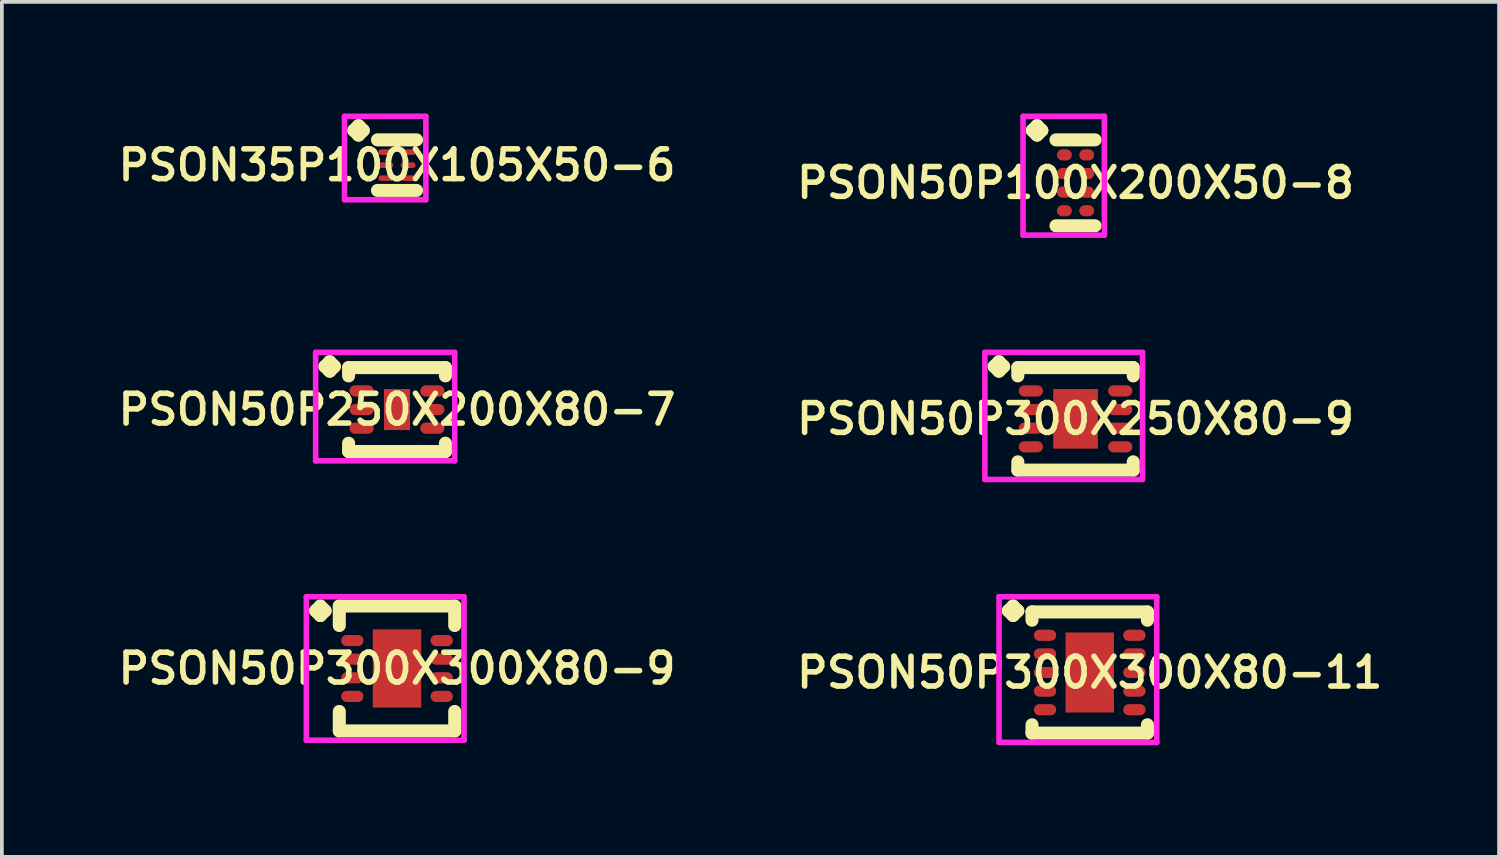
<source format=kicad_pcb>
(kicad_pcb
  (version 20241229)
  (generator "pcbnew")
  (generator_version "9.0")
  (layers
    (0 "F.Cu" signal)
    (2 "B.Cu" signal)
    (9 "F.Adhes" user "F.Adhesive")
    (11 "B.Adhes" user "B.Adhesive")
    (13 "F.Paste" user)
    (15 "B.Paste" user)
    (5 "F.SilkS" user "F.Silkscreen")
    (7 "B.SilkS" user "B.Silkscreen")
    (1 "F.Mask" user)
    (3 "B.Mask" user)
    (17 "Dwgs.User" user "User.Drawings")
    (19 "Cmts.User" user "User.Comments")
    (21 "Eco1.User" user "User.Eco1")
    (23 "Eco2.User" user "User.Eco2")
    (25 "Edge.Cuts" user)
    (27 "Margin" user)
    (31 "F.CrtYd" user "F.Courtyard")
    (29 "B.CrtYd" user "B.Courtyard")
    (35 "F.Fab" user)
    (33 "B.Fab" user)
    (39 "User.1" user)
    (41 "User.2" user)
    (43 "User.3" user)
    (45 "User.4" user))
  (footprint "PSON50P300X300X80-11"
    (layer "F.Cu")
    (at 26.216 15.011)
    (property "Reference" "PSON50P300X300X80-11" (at 0 0 0) (layer "F.SilkS") (effects (font (size 0.8 0.8) (thickness 0.15))))
    (attr smd)
    (fp_line (start -2.185 -1.658) (end -2.058 -1.785) (stroke (width 0.35) (type solid)) (layer "F.SilkS"))
    (fp_line (start -2.058 -1.785) (end -1.931 -1.658) (stroke (width 0.35) (type solid)) (layer "F.SilkS"))
    (fp_line (start -2.058 -1.531) (end -2.185 -1.658) (stroke (width 0.35) (type solid)) (layer "F.SilkS"))
    (fp_line (start -1.931 -1.658) (end -2.058 -1.531) (stroke (width 0.35) (type solid)) (layer "F.SilkS"))
    (fp_line (start -1.55 -1.627) (end 1.55 -1.627) (stroke (width 0.35) (type solid)) (layer "F.SilkS"))
    (fp_line (start -1.55 -1.404) (end -1.55 -1.627) (stroke (width 0.35) (type solid)) (layer "F.SilkS"))
    (fp_line (start -1.55 1.404) (end -1.55 1.627) (stroke (width 0.35) (type solid)) (layer "F.SilkS"))
    (fp_line (start -1.55 1.627) (end 1.55 1.627) (stroke (width 0.35) (type solid)) (layer "F.SilkS"))
    (fp_line (start 1.55 -1.627) (end 1.55 -1.404) (stroke (width 0.35) (type solid)) (layer "F.SilkS"))
    (fp_line (start 1.55 1.627) (end 1.55 1.404) (stroke (width 0.35) (type solid)) (layer "F.SilkS"))
    (fp_line (start -2.435 -2.035) (end 1.8 -2.035) (stroke (width 0.15) (type solid)) (layer "F.CrtYd"))
    (fp_line (start -2.435 1.877) (end -2.435 -2.035) (stroke (width 0.15) (type solid)) (layer "F.CrtYd"))
    (fp_line (start 1.8 -2.035) (end 1.8 1.877) (stroke (width 0.15) (type solid)) (layer "F.CrtYd"))
    (fp_line (start 1.8 1.877) (end -2.435 1.877) (stroke (width 0.15) (type solid)) (layer "F.CrtYd"))
    (pad "1" smd oval (at -1.2 -1) (size 0.6 0.3) (layers "F.Cu" "F.Mask" "F.Paste"))
    (pad "2" smd oval (at -1.2 -0.5) (size 0.6 0.3) (layers "F.Cu" "F.Mask" "F.Paste"))
    (pad "3" smd oval (at -1.2 0) (size 0.6 0.3) (layers "F.Cu" "F.Mask" "F.Paste"))
    (pad "4" smd oval (at -1.2 0.5) (size 0.6 0.3) (layers "F.Cu" "F.Mask" "F.Paste"))
    (pad "5" smd oval (at -1.2 1) (size 0.6 0.3) (layers "F.Cu" "F.Mask" "F.Paste"))
    (pad "6" smd oval (at 1.2 1) (size 0.6 0.3) (layers "F.Cu" "F.Mask" "F.Paste"))
    (pad "7" smd oval (at 1.2 0.5) (size 0.6 0.3) (layers "F.Cu" "F.Mask" "F.Paste"))
    (pad "8" smd oval (at 1.2 0) (size 0.6 0.3) (layers "F.Cu" "F.Mask" "F.Paste"))
    (pad "9" smd oval (at 1.2 -0.5) (size 0.6 0.3) (layers "F.Cu" "F.Mask" "F.Paste"))
    (pad "10" smd oval (at 1.2 -1) (size 0.6 0.3) (layers "F.Cu" "F.Mask" "F.Paste"))
    (pad "11" smd rect (at 0 0) (size 1.3 2.15) (layers "F.Cu" "F.Mask" "F.Paste")))
  (footprint "PSON50P300X250X80-9"
    (layer "F.Cu")
    (at 25.835 8.199)
    (property "Reference" "PSON50P300X250X80-9" (at 0 0 0) (layer "F.SilkS") (effects (font (size 0.8 0.8) (thickness 0.15))))
    (attr smd)
    (fp_line (start -2.185 -1.408) (end -2.058 -1.535) (stroke (width 0.35) (type solid)) (layer "F.SilkS"))
    (fp_line (start -2.058 -1.535) (end -1.931 -1.408) (stroke (width 0.35) (type solid)) (layer "F.SilkS"))
    (fp_line (start -2.058 -1.281) (end -2.185 -1.408) (stroke (width 0.35) (type solid)) (layer "F.SilkS"))
    (fp_line (start -1.931 -1.408) (end -2.058 -1.281) (stroke (width 0.35) (type solid)) (layer "F.SilkS"))
    (fp_line (start -1.55 -1.377) (end 1.55 -1.377) (stroke (width 0.35) (type solid)) (layer "F.SilkS"))
    (fp_line (start -1.55 -1.154) (end -1.55 -1.377) (stroke (width 0.35) (type solid)) (layer "F.SilkS"))
    (fp_line (start -1.55 1.154) (end -1.55 1.377) (stroke (width 0.35) (type solid)) (layer "F.SilkS"))
    (fp_line (start -1.55 1.377) (end 1.55 1.377) (stroke (width 0.35) (type solid)) (layer "F.SilkS"))
    (fp_line (start 1.55 -1.377) (end 1.55 -1.154) (stroke (width 0.35) (type solid)) (layer "F.SilkS"))
    (fp_line (start 1.55 1.377) (end 1.55 1.154) (stroke (width 0.35) (type solid)) (layer "F.SilkS"))
    (fp_line (start -2.435 -1.785) (end 1.8 -1.785) (stroke (width 0.15) (type solid)) (layer "F.CrtYd"))
    (fp_line (start -2.435 1.627) (end -2.435 -1.785) (stroke (width 0.15) (type solid)) (layer "F.CrtYd"))
    (fp_line (start 1.8 -1.785) (end 1.8 1.627) (stroke (width 0.15) (type solid)) (layer "F.CrtYd"))
    (fp_line (start 1.8 1.627) (end -2.435 1.627) (stroke (width 0.15) (type solid)) (layer "F.CrtYd"))
    (pad "1" smd oval (at -1.2 -0.75) (size 0.65 0.3) (layers "F.Cu" "F.Mask" "F.Paste"))
    (pad "2" smd oval (at -1.2 -0.25) (size 0.65 0.3) (layers "F.Cu" "F.Mask" "F.Paste"))
    (pad "3" smd oval (at -1.2 0.25) (size 0.65 0.3) (layers "F.Cu" "F.Mask" "F.Paste"))
    (pad "4" smd oval (at -1.2 0.75) (size 0.65 0.3) (layers "F.Cu" "F.Mask" "F.Paste"))
    (pad "5" smd oval (at 1.2 0.75) (size 0.65 0.3) (layers "F.Cu" "F.Mask" "F.Paste"))
    (pad "6" smd oval (at 1.2 0.25) (size 0.65 0.3) (layers "F.Cu" "F.Mask" "F.Paste"))
    (pad "7" smd oval (at 1.2 -0.25) (size 0.65 0.3) (layers "F.Cu" "F.Mask" "F.Paste"))
    (pad "8" smd oval (at 1.2 -0.75) (size 0.65 0.3) (layers "F.Cu" "F.Mask" "F.Paste"))
    (pad "9" smd rect (at 0 0) (size 1.2 1.6) (layers "F.Cu" "F.Mask" "F.Paste")))
  (footprint "PSON50P100X200X50-8"
    (layer "F.Cu")
    (at 25.835 1.86)
    (property "Reference" "PSON50P100X200X50-8" (at 0 0 0) (layer "F.SilkS") (effects (font (size 0.8 0.8) (thickness 0.15))))
    (attr smd)
    (fp_line (start -1.16 -1.408) (end -1.033 -1.535) (stroke (width 0.35) (type solid)) (layer "F.SilkS"))
    (fp_line (start -1.033 -1.535) (end -0.906 -1.408) (stroke (width 0.35) (type solid)) (layer "F.SilkS"))
    (fp_line (start -1.033 -1.281) (end -1.16 -1.408) (stroke (width 0.35) (type solid)) (layer "F.SilkS"))
    (fp_line (start -0.906 -1.408) (end -1.033 -1.281) (stroke (width 0.35) (type solid)) (layer "F.SilkS"))
    (fp_line (start -0.525 -1.154) (end 0.525 -1.154) (stroke (width 0.35) (type solid)) (layer "F.SilkS"))
    (fp_line (start -0.525 1.154) (end 0.525 1.154) (stroke (width 0.35) (type solid)) (layer "F.SilkS"))
    (fp_line (start -1.41 -1.785) (end 0.775 -1.785) (stroke (width 0.15) (type solid)) (layer "F.CrtYd"))
    (fp_line (start -1.41 1.404) (end -1.41 -1.785) (stroke (width 0.15) (type solid)) (layer "F.CrtYd"))
    (fp_line (start 0.775 -1.785) (end 0.775 1.404) (stroke (width 0.15) (type solid)) (layer "F.CrtYd"))
    (fp_line (start 0.775 1.404) (end -1.41 1.404) (stroke (width 0.15) (type solid)) (layer "F.CrtYd"))
    (pad "1" smd oval (at -0.3 -0.75) (size 0.4 0.3) (layers "F.Cu" "F.Mask" "F.Paste"))
    (pad "2" smd oval (at -0.3 -0.25) (size 0.4 0.3) (layers "F.Cu" "F.Mask" "F.Paste"))
    (pad "3" smd oval (at -0.3 0.25) (size 0.4 0.3) (layers "F.Cu" "F.Mask" "F.Paste"))
    (pad "4" smd oval (at -0.3 0.75) (size 0.4 0.3) (layers "F.Cu" "F.Mask" "F.Paste"))
    (pad "5" smd oval (at 0.3 0.75) (size 0.4 0.3) (layers "F.Cu" "F.Mask" "F.Paste"))
    (pad "6" smd oval (at 0.3 0.25) (size 0.4 0.3) (layers "F.Cu" "F.Mask" "F.Paste"))
    (pad "7" smd oval (at 0.3 -0.25) (size 0.4 0.3) (layers "F.Cu" "F.Mask" "F.Paste"))
    (pad "8" smd oval (at 0.3 -0.75) (size 0.4 0.3) (layers "F.Cu" "F.Mask" "F.Paste")))
  (footprint "PSON50P300X300X80-9"
    (layer "F.Cu")
    (at 7.612 14.903)
    (property "Reference" "PSON50P300X300X80-9" (at 0 0 0) (layer "F.SilkS") (effects (font (size 0.8 0.8) (thickness 0.15))))
    (attr smd)
    (fp_line (start -2.185 -1.55) (end -2.058 -1.677) (stroke (width 0.35) (type solid)) (layer "F.SilkS"))
    (fp_line (start -2.058 -1.677) (end -1.931 -1.55) (stroke (width 0.35) (type solid)) (layer "F.SilkS"))
    (fp_line (start -2.058 -1.423) (end -2.185 -1.55) (stroke (width 0.35) (type solid)) (layer "F.SilkS"))
    (fp_line (start -1.931 -1.55) (end -2.058 -1.423) (stroke (width 0.35) (type solid)) (layer "F.SilkS"))
    (fp_line (start -1.55 -1.677) (end 1.55 -1.677) (stroke (width 0.35) (type solid)) (layer "F.SilkS"))
    (fp_line (start -1.55 -1.154) (end -1.55 -1.677) (stroke (width 0.35) (type solid)) (layer "F.SilkS"))
    (fp_line (start -1.55 1.154) (end -1.55 1.677) (stroke (width 0.35) (type solid)) (layer "F.SilkS"))
    (fp_line (start -1.55 1.677) (end 1.55 1.677) (stroke (width 0.35) (type solid)) (layer "F.SilkS"))
    (fp_line (start 1.55 -1.677) (end 1.55 -1.154) (stroke (width 0.35) (type solid)) (layer "F.SilkS"))
    (fp_line (start 1.55 1.677) (end 1.55 1.154) (stroke (width 0.35) (type solid)) (layer "F.SilkS"))
    (fp_line (start -2.435 -1.927) (end 1.8 -1.927) (stroke (width 0.15) (type solid)) (layer "F.CrtYd"))
    (fp_line (start -2.435 1.927) (end -2.435 -1.927) (stroke (width 0.15) (type solid)) (layer "F.CrtYd"))
    (fp_line (start 1.8 -1.927) (end 1.8 1.927) (stroke (width 0.15) (type solid)) (layer "F.CrtYd"))
    (fp_line (start 1.8 1.927) (end -2.435 1.927) (stroke (width 0.15) (type solid)) (layer "F.CrtYd"))
    (pad "1" smd oval (at -1.2 -0.75) (size 0.6 0.3) (layers "F.Cu" "F.Mask" "F.Paste"))
    (pad "2" smd oval (at -1.2 -0.25) (size 0.6 0.3) (layers "F.Cu" "F.Mask" "F.Paste"))
    (pad "3" smd oval (at -1.2 0.25) (size 0.6 0.3) (layers "F.Cu" "F.Mask" "F.Paste"))
    (pad "4" smd oval (at -1.2 0.75) (size 0.6 0.3) (layers "F.Cu" "F.Mask" "F.Paste"))
    (pad "5" smd oval (at 1.2 0.75) (size 0.6 0.3) (layers "F.Cu" "F.Mask" "F.Paste"))
    (pad "6" smd oval (at 1.2 0.25) (size 0.6 0.3) (layers "F.Cu" "F.Mask" "F.Paste"))
    (pad "7" smd oval (at 1.2 -0.25) (size 0.6 0.3) (layers "F.Cu" "F.Mask" "F.Paste"))
    (pad "8" smd oval (at 1.2 -0.75) (size 0.6 0.3) (layers "F.Cu" "F.Mask" "F.Paste"))
    (pad "9" smd rect (at 0 0) (size 1.3 2.1) (layers "F.Cu" "F.Mask" "F.Paste")))
  (footprint "PSON50P250X200X80-7"
    (layer "F.Cu")
    (at 7.612 7.949)
    (property "Reference" "PSON50P250X200X80-7" (at 0 0 0) (layer "F.SilkS") (effects (font (size 0.8 0.8) (thickness 0.15))))
    (attr through_hole)
    (fp_line (start -1.935 -1.158) (end -1.808 -1.285) (stroke (width 0.35) (type solid)) (layer "F.SilkS"))
    (fp_line (start -1.808 -1.285) (end -1.681 -1.158) (stroke (width 0.35) (type solid)) (layer "F.SilkS"))
    (fp_line (start -1.808 -1.031) (end -1.935 -1.158) (stroke (width 0.35) (type solid)) (layer "F.SilkS"))
    (fp_line (start -1.681 -1.158) (end -1.808 -1.031) (stroke (width 0.35) (type solid)) (layer "F.SilkS"))
    (fp_line (start -1.3 -1.127) (end 1.3 -1.127) (stroke (width 0.35) (type solid)) (layer "F.SilkS"))
    (fp_line (start -1.3 -0.904) (end -1.3 -1.127) (stroke (width 0.35) (type solid)) (layer "F.SilkS"))
    (fp_line (start -1.3 0.904) (end -1.3 1.127) (stroke (width 0.35) (type solid)) (layer "F.SilkS"))
    (fp_line (start -1.3 1.127) (end 1.3 1.127) (stroke (width 0.35) (type solid)) (layer "F.SilkS"))
    (fp_line (start 1.3 -1.127) (end 1.3 -0.904) (stroke (width 0.35) (type solid)) (layer "F.SilkS"))
    (fp_line (start 1.3 1.127) (end 1.3 0.904) (stroke (width 0.35) (type solid)) (layer "F.SilkS"))
    (fp_line (start -2.185 -1.535) (end 1.55 -1.535) (stroke (width 0.15) (type solid)) (layer "F.CrtYd"))
    (fp_line (start -2.185 1.377) (end -2.185 -1.535) (stroke (width 0.15) (type solid)) (layer "F.CrtYd"))
    (fp_line (start 1.55 -1.535) (end 1.55 1.377) (stroke (width 0.15) (type solid)) (layer "F.CrtYd"))
    (fp_line (start 1.55 1.377) (end -2.185 1.377) (stroke (width 0.15) (type solid)) (layer "F.CrtYd"))
    (pad "1" smd oval (at -0.95 -0.5) (size 0.65 0.3) (layers "F.Cu" "F.Mask" "F.Paste"))
    (pad "2" smd oval (at -0.95 0) (size 0.65 0.3) (layers "F.Cu" "F.Mask" "F.Paste"))
    (pad "3" smd oval (at -0.95 0.5) (size 0.65 0.3) (layers "F.Cu" "F.Mask" "F.Paste"))
    (pad "4" smd oval (at 0.95 0.5) (size 0.65 0.3) (layers "F.Cu" "F.Mask" "F.Paste"))
    (pad "5" smd oval (at 0.95 0) (size 0.65 0.3) (layers "F.Cu" "F.Mask" "F.Paste"))
    (pad "6" smd oval (at 0.95 -0.5) (size 0.65 0.3) (layers "F.Cu" "F.Mask" "F.Paste"))
    (pad "7" smd rect (at 0 0) (size 0.7 1.1) (layers "F.Cu" "F.Mask" "F.Paste")))
  (footprint "PSON35P100X105X50-6"
    (layer "F.Cu")
    (at 7.612 1.385)
    (property "Reference" "PSON35P100X105X50-6" (at 0 0 0) (layer "F.SilkS") (effects (font (size 0.8 0.8) (thickness 0.15))))
    (attr through_hole)
    (fp_line (start -1.16 -0.933) (end -1.033 -1.06) (stroke (width 0.35) (type solid)) (layer "F.SilkS"))
    (fp_line (start -1.033 -1.06) (end -0.906 -0.933) (stroke (width 0.35) (type solid)) (layer "F.SilkS"))
    (fp_line (start -1.033 -0.806) (end -1.16 -0.933) (stroke (width 0.35) (type solid)) (layer "F.SilkS"))
    (fp_line (start -0.906 -0.933) (end -1.033 -0.806) (stroke (width 0.35) (type solid)) (layer "F.SilkS"))
    (fp_line (start -0.525 -0.679) (end 0.525 -0.679) (stroke (width 0.35) (type solid)) (layer "F.SilkS"))
    (fp_line (start -0.525 0.679) (end 0.525 0.679) (stroke (width 0.35) (type solid)) (layer "F.SilkS"))
    (fp_line (start -1.41 -1.31) (end 0.775 -1.31) (stroke (width 0.15) (type solid)) (layer "F.CrtYd"))
    (fp_line (start -1.41 0.929) (end -1.41 -1.31) (stroke (width 0.15) (type solid)) (layer "F.CrtYd"))
    (fp_line (start 0.775 -1.31) (end 0.775 0.929) (stroke (width 0.15) (type solid)) (layer "F.CrtYd"))
    (fp_line (start 0.775 0.929) (end -1.41 0.929) (stroke (width 0.15) (type solid)) (layer "F.CrtYd"))
    (pad "1" smd oval (at -0.3 -0.35) (size 0.4 0.15) (layers "F.Cu" "F.Mask" "F.Paste"))
    (pad "2" smd oval (at -0.3 0) (size 0.4 0.15) (layers "F.Cu" "F.Mask" "F.Paste"))
    (pad "3" smd oval (at -0.3 0.35) (size 0.4 0.15) (layers "F.Cu" "F.Mask" "F.Paste"))
    (pad "4" smd oval (at 0.3 0.35) (size 0.4 0.15) (layers "F.Cu" "F.Mask" "F.Paste"))
    (pad "5" smd oval (at 0.3 0) (size 0.4 0.15) (layers "F.Cu" "F.Mask" "F.Paste"))
    (pad "6" smd oval (at 0.3 -0.35) (size 0.4 0.15) (layers "F.Cu" "F.Mask" "F.Paste")))
  (gr_rect
    (start -3 -3)
    (end 37.209 19.963)
    (stroke (width 0.1) (type default))
    (fill no)
    (layer "Edge.Cuts")))
</source>
